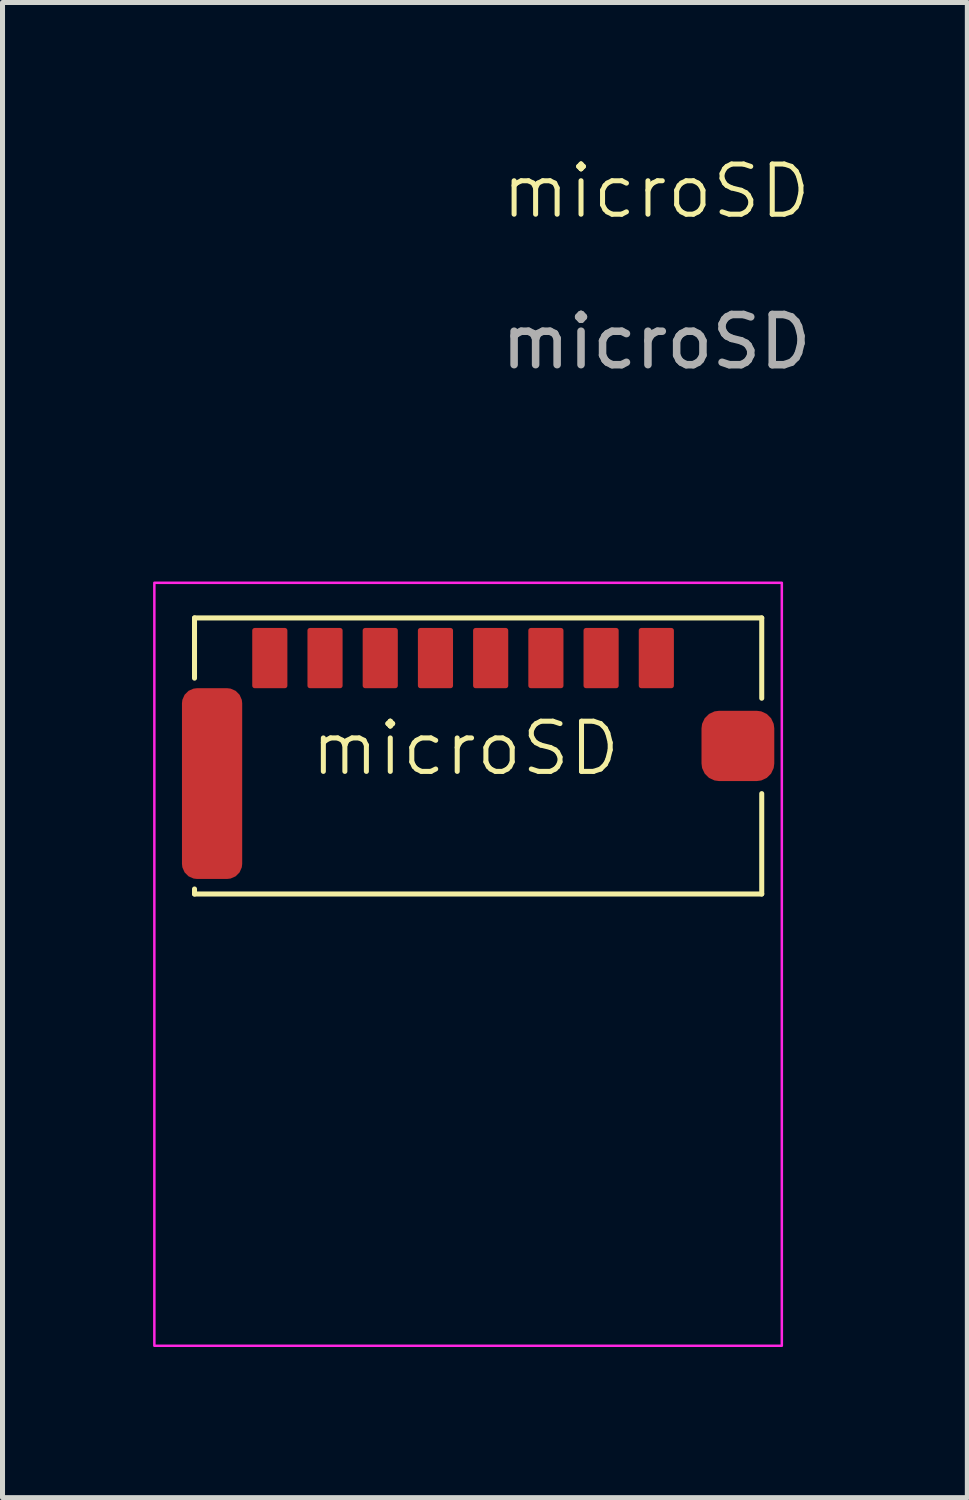
<source format=kicad_pcb>
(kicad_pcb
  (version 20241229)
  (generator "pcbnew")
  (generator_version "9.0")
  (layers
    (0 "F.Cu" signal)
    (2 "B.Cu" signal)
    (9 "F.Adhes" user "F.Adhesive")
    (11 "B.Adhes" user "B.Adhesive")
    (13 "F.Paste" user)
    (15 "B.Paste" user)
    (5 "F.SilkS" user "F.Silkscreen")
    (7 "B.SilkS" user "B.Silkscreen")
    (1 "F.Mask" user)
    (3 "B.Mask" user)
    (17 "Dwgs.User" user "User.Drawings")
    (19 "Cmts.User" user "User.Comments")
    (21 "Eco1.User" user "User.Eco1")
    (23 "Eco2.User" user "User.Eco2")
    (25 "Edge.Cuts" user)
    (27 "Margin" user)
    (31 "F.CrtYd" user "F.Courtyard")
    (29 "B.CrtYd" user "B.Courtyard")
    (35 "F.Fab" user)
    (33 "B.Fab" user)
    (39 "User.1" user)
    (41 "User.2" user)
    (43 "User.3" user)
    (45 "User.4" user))
  (footprint "microSD"
    (layer "F.Cu")
    (at 10.025 10.06)
    (property "Reference" "microSD" (at 0 -9.3 0) (unlocked yes) (layer "F.SilkS") (effects (font (size 1 1) (thickness 0.1))))
    (attr through_hole exclude_from_bom)
    (fp_line (start -9.2 0.4) (end -9.2 -0.8) (stroke (width 0.1) (type default)) (layer "F.SilkS"))
    (fp_line (start -9.2 4.7) (end -9.2 4.6) (stroke (width 0.1) (type default)) (layer "F.SilkS"))
    (fp_line (start -9.2 4.7) (end 2.1 4.7) (stroke (width 0.1) (type solid)) (layer "F.SilkS"))
    (fp_line (start 2.1 -0.8) (end -9.2 -0.8) (stroke (width 0.1) (type default)) (layer "F.SilkS"))
    (fp_line (start 2.1 0.8) (end 2.1 -0.8) (stroke (width 0.1) (type default)) (layer "F.SilkS"))
    (fp_line (start 2.1 4.7) (end 2.1 2.7) (stroke (width 0.1) (type default)) (layer "F.SilkS"))
    (fp_rect (start -10 -1.5) (end 2.5 13.7) (stroke (width 0.05) (type default)) (fill no) (layer "F.CrtYd"))
    (fp_text user "microSD" (at -3.8 1.8 0) (unlocked yes) (layer "F.SilkS") (effects (font (size 1 1) (thickness 0.1))))
    (fp_text user "${REFERENCE}" (at 0 -6.3 0) (unlocked yes) (layer "F.Fab") (effects (font (size 1 1) (thickness 0.15))))
    (pad "1" smd roundrect (at 0 0) (size 0.7 1.2) (layers "F.Cu" "F.Mask" "F.Paste") (roundrect_rratio 0.07))
    (pad "2" smd roundrect (at -1.1 0) (size 0.7 1.2) (layers "F.Cu" "F.Mask" "F.Paste") (roundrect_rratio 0.07))
    (pad "3" smd roundrect (at -2.2 0) (size 0.7 1.2) (layers "F.Cu" "F.Mask" "F.Paste") (roundrect_rratio 0.07))
    (pad "4" smd roundrect (at -3.3 0) (size 0.7 1.2) (layers "F.Cu" "F.Mask" "F.Paste") (roundrect_rratio 0.07))
    (pad "5" smd roundrect (at -4.4 0) (size 0.7 1.2) (layers "F.Cu" "F.Mask" "F.Paste") (roundrect_rratio 0.07))
    (pad "6" smd roundrect (at -5.5 0) (size 0.7 1.2) (layers "F.Cu" "F.Mask" "F.Paste") (roundrect_rratio 0.07))
    (pad "7" smd roundrect (at -6.6 0) (size 0.7 1.2) (layers "F.Cu" "F.Mask" "F.Paste") (roundrect_rratio 0.07))
    (pad "8" smd roundrect (at -7.7 0) (size 0.7 1.2) (layers "F.Cu" "F.Mask" "F.Paste") (roundrect_rratio 0.07))
    (pad "9" smd roundrect (at -8.85 2.5) (size 1.2 3.8) (layers "F.Cu" "F.Mask" "F.Paste") (roundrect_rratio 0.25))
    (pad "9" smd roundrect (at 1.625 1.75) (size 1.45 1.4) (layers "F.Cu" "F.Mask" "F.Paste") (roundrect_rratio 0.25)))
  (gr_rect
    (start -3 -3)
    (end 16.221 26.785)
    (stroke (width 0.1) (type default))
    (fill no)
    (layer "Edge.Cuts")))
</source>
